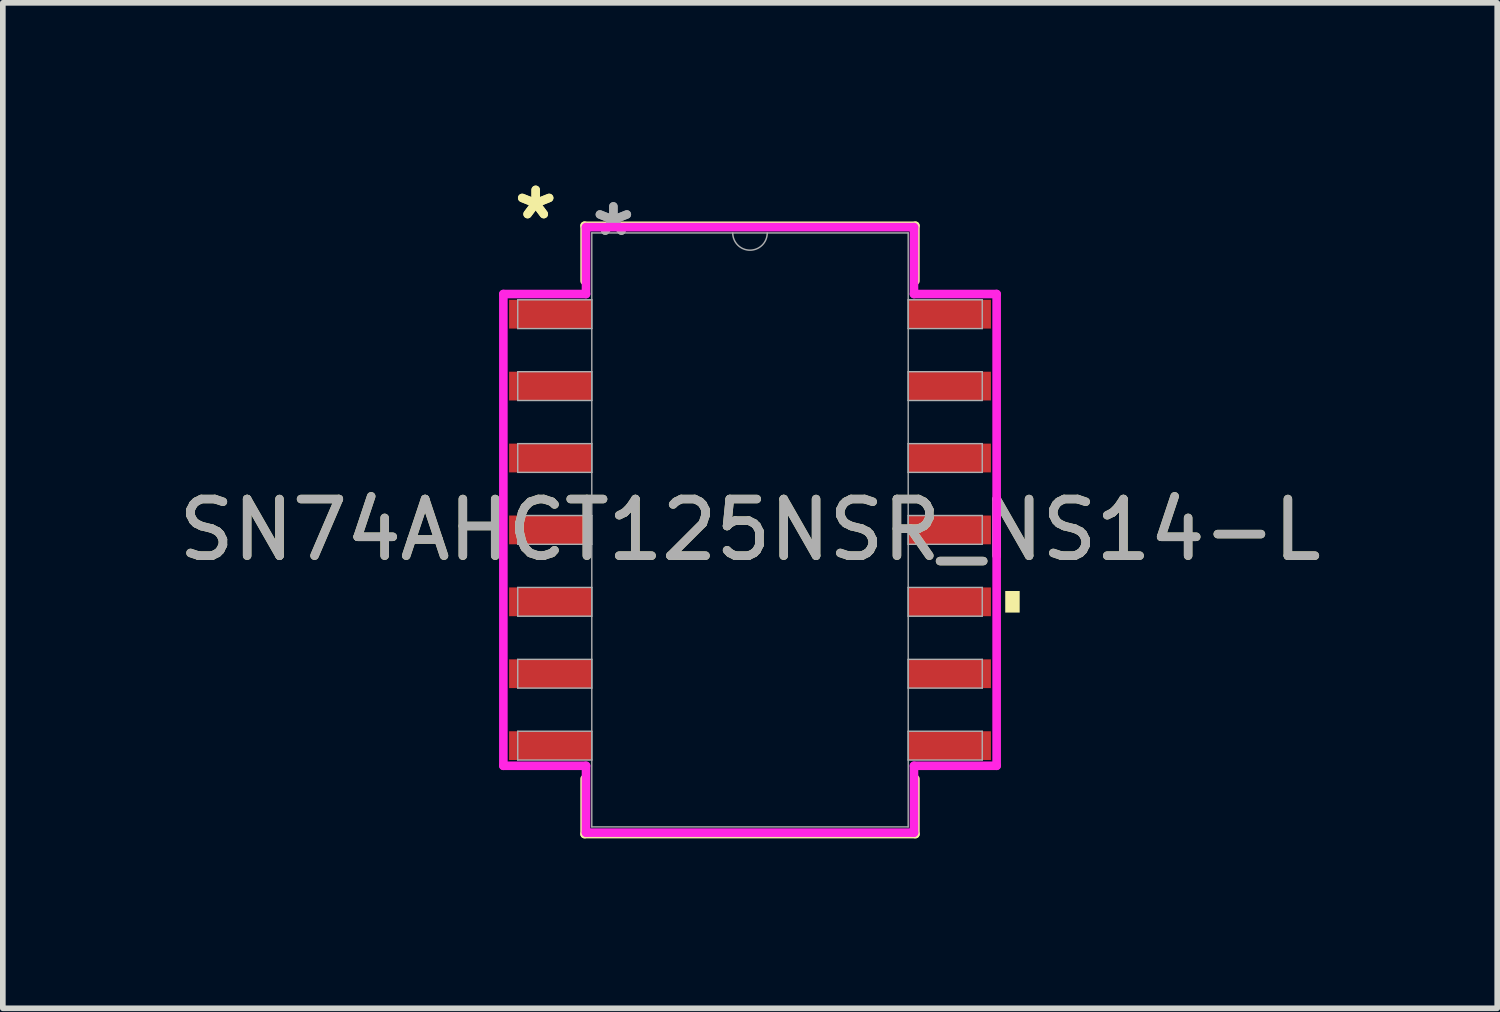
<source format=kicad_pcb>
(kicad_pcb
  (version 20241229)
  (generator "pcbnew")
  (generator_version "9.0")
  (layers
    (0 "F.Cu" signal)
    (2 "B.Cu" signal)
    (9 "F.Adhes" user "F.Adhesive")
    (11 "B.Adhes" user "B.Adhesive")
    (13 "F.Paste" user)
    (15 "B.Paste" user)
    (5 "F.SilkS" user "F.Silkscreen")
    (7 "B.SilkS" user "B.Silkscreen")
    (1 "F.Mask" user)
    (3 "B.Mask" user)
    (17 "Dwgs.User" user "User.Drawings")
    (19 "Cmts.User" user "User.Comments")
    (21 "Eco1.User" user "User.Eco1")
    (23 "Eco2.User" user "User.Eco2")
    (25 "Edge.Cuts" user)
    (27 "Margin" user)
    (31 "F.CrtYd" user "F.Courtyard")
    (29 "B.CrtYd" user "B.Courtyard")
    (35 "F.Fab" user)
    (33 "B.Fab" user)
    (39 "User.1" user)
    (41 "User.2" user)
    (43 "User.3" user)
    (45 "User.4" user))
  (footprint "SN74AHCT125NSR_NS14-L"
    (layer "F.Cu")
    (at 10.196 6.309)
    (property "Reference" "SN74AHCT125NSR_NS14-L" (at 0 0 0) (unlocked yes) (layer "F.SilkS") (effects (font (size 1 1) (thickness 0.15))))
    (attr smd)
    (fp_line (start -2.921 -5.372) (end -2.921 -4.397) (stroke (width 0.152) (type solid)) (layer "F.SilkS"))
    (fp_line (start -2.921 4.397) (end -2.921 5.372) (stroke (width 0.152) (type solid)) (layer "F.SilkS"))
    (fp_line (start -2.921 5.372) (end 2.921 5.372) (stroke (width 0.152) (type solid)) (layer "F.SilkS"))
    (fp_line (start 2.921 -5.372) (end -2.921 -5.372) (stroke (width 0.152) (type solid)) (layer "F.SilkS"))
    (fp_line (start 2.921 -4.397) (end 2.921 -5.372) (stroke (width 0.152) (type solid)) (layer "F.SilkS"))
    (fp_line (start 2.921 5.372) (end 2.921 4.397) (stroke (width 0.152) (type solid)) (layer "F.SilkS"))
    (fp_poly (pts (xy 4.763 1.079) (xy 4.763 1.46) (xy 4.508 1.46) (xy 4.508 1.079)) (stroke (width 0) (type solid)) (fill yes) (layer "F.SilkS"))
    (fp_line (start -4.356 -4.166) (end -2.896 -4.166) (stroke (width 0.152) (type solid)) (layer "F.CrtYd"))
    (fp_line (start -4.356 4.166) (end -4.356 -4.166) (stroke (width 0.152) (type solid)) (layer "F.CrtYd"))
    (fp_line (start -4.356 4.166) (end -2.896 4.166) (stroke (width 0.152) (type solid)) (layer "F.CrtYd"))
    (fp_line (start -2.896 -5.347) (end 2.896 -5.347) (stroke (width 0.152) (type solid)) (layer "F.CrtYd"))
    (fp_line (start -2.896 -4.166) (end -2.896 -5.347) (stroke (width 0.152) (type solid)) (layer "F.CrtYd"))
    (fp_line (start -2.896 5.347) (end -2.896 4.166) (stroke (width 0.152) (type solid)) (layer "F.CrtYd"))
    (fp_line (start 2.896 -5.347) (end 2.896 -4.166) (stroke (width 0.152) (type solid)) (layer "F.CrtYd"))
    (fp_line (start 2.896 4.166) (end 2.896 5.347) (stroke (width 0.152) (type solid)) (layer "F.CrtYd"))
    (fp_line (start 2.896 5.347) (end -2.896 5.347) (stroke (width 0.152) (type solid)) (layer "F.CrtYd"))
    (fp_line (start 4.356 -4.166) (end 2.896 -4.166) (stroke (width 0.152) (type solid)) (layer "F.CrtYd"))
    (fp_line (start 4.356 -4.166) (end 4.356 4.166) (stroke (width 0.152) (type solid)) (layer "F.CrtYd"))
    (fp_line (start 4.356 4.166) (end 2.896 4.166) (stroke (width 0.152) (type solid)) (layer "F.CrtYd"))
    (fp_line (start -4.102 -4.064) (end -4.102 -3.556) (stroke (width 0.025) (type solid)) (layer "F.Fab"))
    (fp_line (start -4.102 -3.556) (end -2.794 -3.556) (stroke (width 0.025) (type solid)) (layer "F.Fab"))
    (fp_line (start -4.102 -2.794) (end -4.102 -2.286) (stroke (width 0.025) (type solid)) (layer "F.Fab"))
    (fp_line (start -4.102 -2.286) (end -2.794 -2.286) (stroke (width 0.025) (type solid)) (layer "F.Fab"))
    (fp_line (start -4.102 -1.524) (end -4.102 -1.016) (stroke (width 0.025) (type solid)) (layer "F.Fab"))
    (fp_line (start -4.102 -1.016) (end -2.794 -1.016) (stroke (width 0.025) (type solid)) (layer "F.Fab"))
    (fp_line (start -4.102 -0.254) (end -4.102 0.254) (stroke (width 0.025) (type solid)) (layer "F.Fab"))
    (fp_line (start -4.102 0.254) (end -2.794 0.254) (stroke (width 0.025) (type solid)) (layer "F.Fab"))
    (fp_line (start -4.102 1.016) (end -4.102 1.524) (stroke (width 0.025) (type solid)) (layer "F.Fab"))
    (fp_line (start -4.102 1.524) (end -2.794 1.524) (stroke (width 0.025) (type solid)) (layer "F.Fab"))
    (fp_line (start -4.102 2.286) (end -4.102 2.794) (stroke (width 0.025) (type solid)) (layer "F.Fab"))
    (fp_line (start -4.102 2.794) (end -2.794 2.794) (stroke (width 0.025) (type solid)) (layer "F.Fab"))
    (fp_line (start -4.102 3.556) (end -4.102 4.064) (stroke (width 0.025) (type solid)) (layer "F.Fab"))
    (fp_line (start -4.102 4.064) (end -2.794 4.064) (stroke (width 0.025) (type solid)) (layer "F.Fab"))
    (fp_line (start -2.794 -5.245) (end -2.794 5.245) (stroke (width 0.025) (type solid)) (layer "F.Fab"))
    (fp_line (start -2.794 -4.064) (end -4.102 -4.064) (stroke (width 0.025) (type solid)) (layer "F.Fab"))
    (fp_line (start -2.794 -3.556) (end -2.794 -4.064) (stroke (width 0.025) (type solid)) (layer "F.Fab"))
    (fp_line (start -2.794 -2.794) (end -4.102 -2.794) (stroke (width 0.025) (type solid)) (layer "F.Fab"))
    (fp_line (start -2.794 -2.286) (end -2.794 -2.794) (stroke (width 0.025) (type solid)) (layer "F.Fab"))
    (fp_line (start -2.794 -1.524) (end -4.102 -1.524) (stroke (width 0.025) (type solid)) (layer "F.Fab"))
    (fp_line (start -2.794 -1.016) (end -2.794 -1.524) (stroke (width 0.025) (type solid)) (layer "F.Fab"))
    (fp_line (start -2.794 -0.254) (end -4.102 -0.254) (stroke (width 0.025) (type solid)) (layer "F.Fab"))
    (fp_line (start -2.794 0.254) (end -2.794 -0.254) (stroke (width 0.025) (type solid)) (layer "F.Fab"))
    (fp_line (start -2.794 1.016) (end -4.102 1.016) (stroke (width 0.025) (type solid)) (layer "F.Fab"))
    (fp_line (start -2.794 1.524) (end -2.794 1.016) (stroke (width 0.025) (type solid)) (layer "F.Fab"))
    (fp_line (start -2.794 2.286) (end -4.102 2.286) (stroke (width 0.025) (type solid)) (layer "F.Fab"))
    (fp_line (start -2.794 2.794) (end -2.794 2.286) (stroke (width 0.025) (type solid)) (layer "F.Fab"))
    (fp_line (start -2.794 3.556) (end -4.102 3.556) (stroke (width 0.025) (type solid)) (layer "F.Fab"))
    (fp_line (start -2.794 4.064) (end -2.794 3.556) (stroke (width 0.025) (type solid)) (layer "F.Fab"))
    (fp_line (start -2.794 5.245) (end 2.794 5.245) (stroke (width 0.025) (type solid)) (layer "F.Fab"))
    (fp_line (start 2.794 -5.245) (end -2.794 -5.245) (stroke (width 0.025) (type solid)) (layer "F.Fab"))
    (fp_line (start 2.794 -4.064) (end 2.794 -3.556) (stroke (width 0.025) (type solid)) (layer "F.Fab"))
    (fp_line (start 2.794 -3.556) (end 4.102 -3.556) (stroke (width 0.025) (type solid)) (layer "F.Fab"))
    (fp_line (start 2.794 -2.794) (end 2.794 -2.286) (stroke (width 0.025) (type solid)) (layer "F.Fab"))
    (fp_line (start 2.794 -2.286) (end 4.102 -2.286) (stroke (width 0.025) (type solid)) (layer "F.Fab"))
    (fp_line (start 2.794 -1.524) (end 2.794 -1.016) (stroke (width 0.025) (type solid)) (layer "F.Fab"))
    (fp_line (start 2.794 -1.016) (end 4.102 -1.016) (stroke (width 0.025) (type solid)) (layer "F.Fab"))
    (fp_line (start 2.794 -0.254) (end 2.794 0.254) (stroke (width 0.025) (type solid)) (layer "F.Fab"))
    (fp_line (start 2.794 0.254) (end 4.102 0.254) (stroke (width 0.025) (type solid)) (layer "F.Fab"))
    (fp_line (start 2.794 1.016) (end 2.794 1.524) (stroke (width 0.025) (type solid)) (layer "F.Fab"))
    (fp_line (start 2.794 1.524) (end 4.102 1.524) (stroke (width 0.025) (type solid)) (layer "F.Fab"))
    (fp_line (start 2.794 2.286) (end 2.794 2.794) (stroke (width 0.025) (type solid)) (layer "F.Fab"))
    (fp_line (start 2.794 2.794) (end 4.102 2.794) (stroke (width 0.025) (type solid)) (layer "F.Fab"))
    (fp_line (start 2.794 3.556) (end 2.794 4.064) (stroke (width 0.025) (type solid)) (layer "F.Fab"))
    (fp_line (start 2.794 4.064) (end 4.102 4.064) (stroke (width 0.025) (type solid)) (layer "F.Fab"))
    (fp_line (start 2.794 5.245) (end 2.794 -5.245) (stroke (width 0.025) (type solid)) (layer "F.Fab"))
    (fp_line (start 4.102 -4.064) (end 2.794 -4.064) (stroke (width 0.025) (type solid)) (layer "F.Fab"))
    (fp_line (start 4.102 -3.556) (end 4.102 -4.064) (stroke (width 0.025) (type solid)) (layer "F.Fab"))
    (fp_line (start 4.102 -2.794) (end 2.794 -2.794) (stroke (width 0.025) (type solid)) (layer "F.Fab"))
    (fp_line (start 4.102 -2.286) (end 4.102 -2.794) (stroke (width 0.025) (type solid)) (layer "F.Fab"))
    (fp_line (start 4.102 -1.524) (end 2.794 -1.524) (stroke (width 0.025) (type solid)) (layer "F.Fab"))
    (fp_line (start 4.102 -1.016) (end 4.102 -1.524) (stroke (width 0.025) (type solid)) (layer "F.Fab"))
    (fp_line (start 4.102 -0.254) (end 2.794 -0.254) (stroke (width 0.025) (type solid)) (layer "F.Fab"))
    (fp_line (start 4.102 0.254) (end 4.102 -0.254) (stroke (width 0.025) (type solid)) (layer "F.Fab"))
    (fp_line (start 4.102 1.016) (end 2.794 1.016) (stroke (width 0.025) (type solid)) (layer "F.Fab"))
    (fp_line (start 4.102 1.524) (end 4.102 1.016) (stroke (width 0.025) (type solid)) (layer "F.Fab"))
    (fp_line (start 4.102 2.286) (end 2.794 2.286) (stroke (width 0.025) (type solid)) (layer "F.Fab"))
    (fp_line (start 4.102 2.794) (end 4.102 2.286) (stroke (width 0.025) (type solid)) (layer "F.Fab"))
    (fp_line (start 4.102 3.556) (end 2.794 3.556) (stroke (width 0.025) (type solid)) (layer "F.Fab"))
    (fp_line (start 4.102 4.064) (end 4.102 3.556) (stroke (width 0.025) (type solid)) (layer "F.Fab"))
    (fp_arc (start 0.3048 -5.2451) (mid 0 -4.9403) (end -0.3048 -5.2451) (stroke (width 0.0254) (type solid)) (layer "F.Fab"))
    (fp_text user "*" (at -3.785 -5.461 0) (unlocked yes) (layer "F.SilkS") (effects (font (size 1 1) (thickness 0.15))))
    (fp_text user "*" (at -3.785 -5.461 0) (layer "F.SilkS") (effects (font (size 1 1) (thickness 0.15))))
    (fp_text user "*" (at -2.413 -5.169 0) (layer "F.Fab") (effects (font (size 1 1) (thickness 0.15))))
    (fp_text user "*" (at -2.413 -5.169 0) (unlocked yes) (layer "F.Fab") (effects (font (size 1 1) (thickness 0.15))))
    (fp_text user "${REFERENCE}" (at 0 0 0) (unlocked yes) (layer "F.Fab") (effects (font (size 1 1) (thickness 0.15))))
    (pad "1" smd rect (at -3.531 -3.81) (size 1.448 0.508) (layers "F.Cu" "F.Mask" "F.Paste"))
    (pad "2" smd rect (at -3.531 -2.54) (size 1.448 0.508) (layers "F.Cu" "F.Mask" "F.Paste"))
    (pad "3" smd rect (at -3.531 -1.27) (size 1.448 0.508) (layers "F.Cu" "F.Mask" "F.Paste"))
    (pad "4" smd rect (at -3.531 0) (size 1.448 0.508) (layers "F.Cu" "F.Mask" "F.Paste"))
    (pad "5" smd rect (at -3.531 1.27) (size 1.448 0.508) (layers "F.Cu" "F.Mask" "F.Paste"))
    (pad "6" smd rect (at -3.531 2.54) (size 1.448 0.508) (layers "F.Cu" "F.Mask" "F.Paste"))
    (pad "7" smd rect (at -3.531 3.81) (size 1.448 0.508) (layers "F.Cu" "F.Mask" "F.Paste"))
    (pad "8" smd rect (at 3.531 3.81) (size 1.448 0.508) (layers "F.Cu" "F.Mask" "F.Paste"))
    (pad "9" smd rect (at 3.531 2.54) (size 1.448 0.508) (layers "F.Cu" "F.Mask" "F.Paste"))
    (pad "10" smd rect (at 3.531 1.27) (size 1.448 0.508) (layers "F.Cu" "F.Mask" "F.Paste"))
    (pad "11" smd rect (at 3.531 0) (size 1.448 0.508) (layers "F.Cu" "F.Mask" "F.Paste"))
    (pad "12" smd rect (at 3.531 -1.27) (size 1.448 0.508) (layers "F.Cu" "F.Mask" "F.Paste"))
    (pad "13" smd rect (at 3.531 -2.54) (size 1.448 0.508) (layers "F.Cu" "F.Mask" "F.Paste"))
    (pad "14" smd rect (at 3.531 -3.81) (size 1.448 0.508) (layers "F.Cu" "F.Mask" "F.Paste")))
  (gr_rect
    (start -3 -3)
    (end 23.393 14.758)
    (stroke (width 0.1) (type default))
    (fill no)
    (layer "Edge.Cuts")))
</source>
